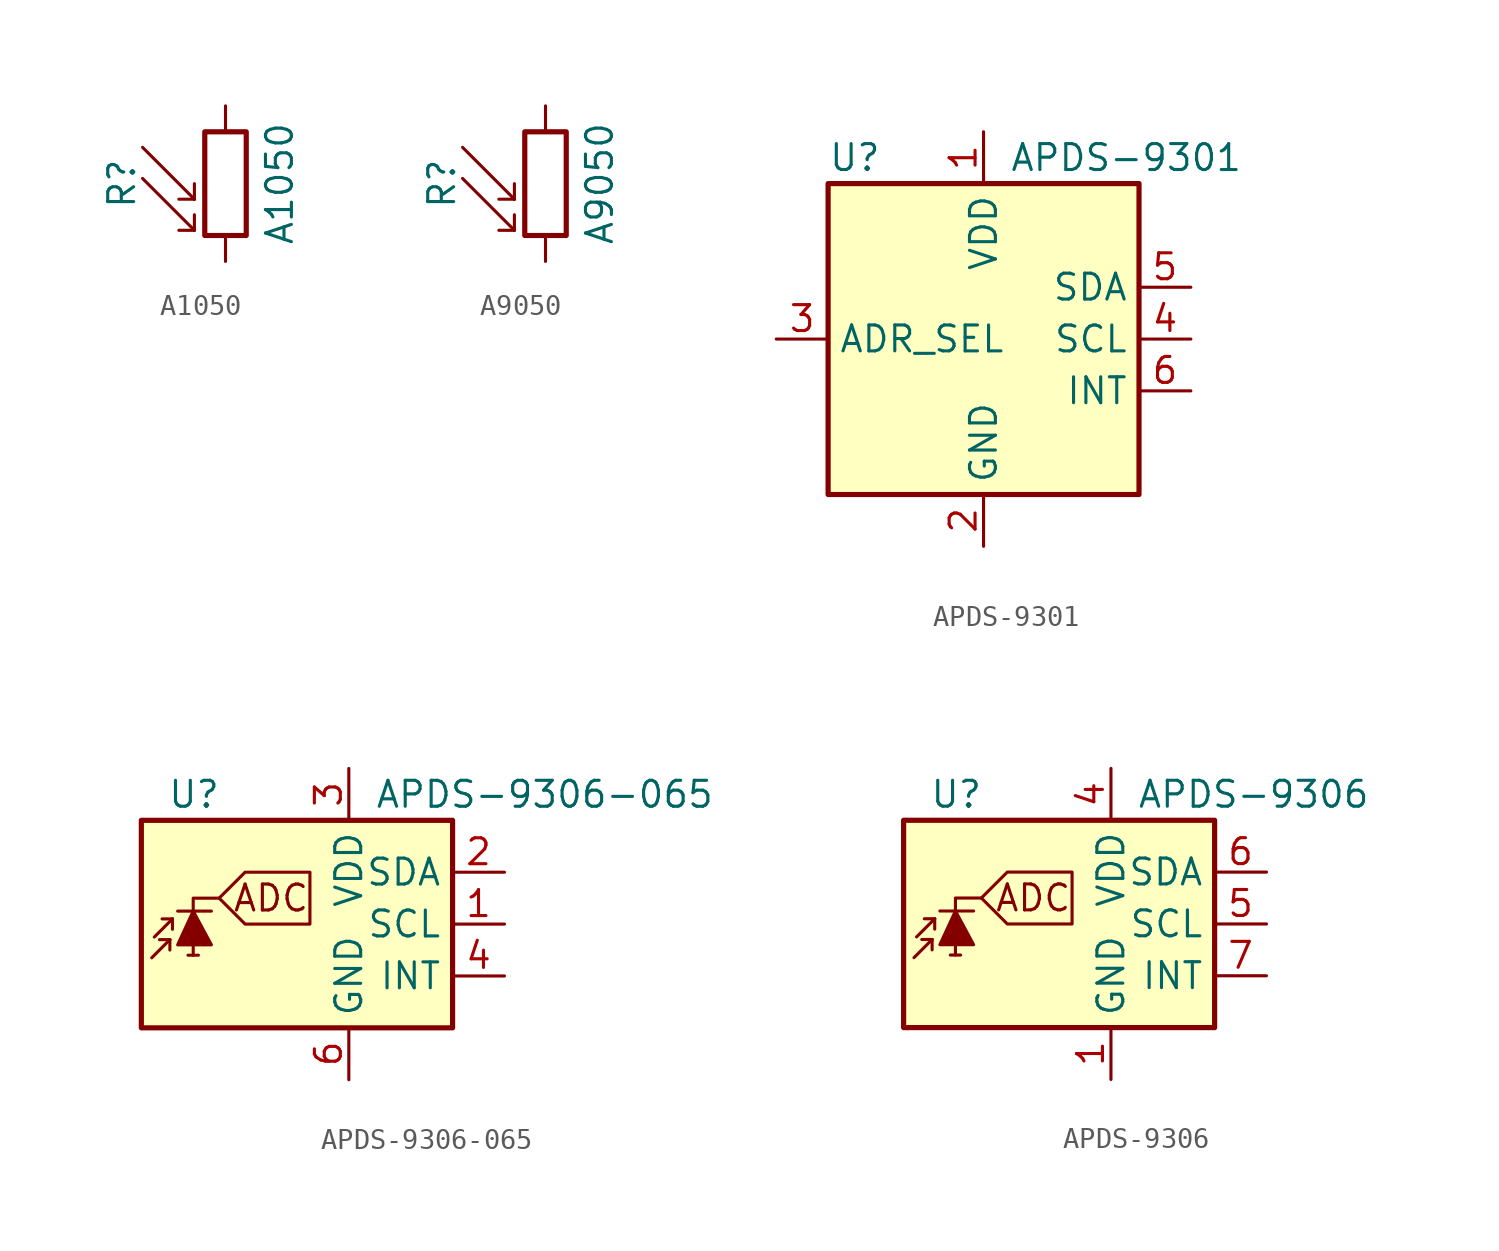
<source format=kicad_sym>
(kicad_symbol_lib
  (version 20211014)
  (generator kicad_symbol_editor)
  (symbol "Sensor_Optical:A1050"
    (pin_numbers hide)
    (pin_names
      (offset 0))
    (property "Reference" "R"
      (at -5.08 0 90)
      (effects (font (size 1.27 1.27))))
    (property "Value" "A1050"
      (at 1.905 0 90)
      (effects (font (size 1.27 1.27)) (justify top)))
    (symbol "A1050_0_1"
      (rectangle (start -1.016 2.54) (end 1.016 -2.54) (stroke (width 0.254) (type default) (color 0 0 0 0)) (fill (type none)))
      (polyline (pts (xy -1.524 -2.286) (xy -4.064 0.254)) (stroke (width 0) (type default) (color 0 0 0 0)) (fill (type none)))
      (polyline (pts (xy -1.524 -2.286) (xy -2.286 -2.286)) (stroke (width 0) (type default) (color 0 0 0 0)) (fill (type none)))
      (polyline (pts (xy -1.524 -2.286) (xy -1.524 -1.524)) (stroke (width 0) (type default) (color 0 0 0 0)) (fill (type none)))
      (polyline (pts (xy -1.524 -0.762) (xy -4.064 1.778)) (stroke (width 0) (type default) (color 0 0 0 0)) (fill (type none)))
      (polyline (pts (xy -1.524 -0.762) (xy -2.286 -0.762)) (stroke (width 0) (type default) (color 0 0 0 0)) (fill (type none)))
      (polyline (pts (xy -1.524 -0.762) (xy -1.524 0)) (stroke (width 0) (type default) (color 0 0 0 0)) (fill (type none))))
    (symbol "A1050_1_1"
      (pin passive line (at 0 3.81 270) (length 1.27) (name "~" (effects (font (size 1.27 1.27)))) (number "1" (effects (font (size 1.27 1.27)))))
      (pin passive line (at 0 -3.81 90) (length 1.27) (name "~" (effects (font (size 1.27 1.27)))) (number "2" (effects (font (size 1.27 1.27)))))))
  (symbol "Sensor_Optical:A9050"
    (pin_numbers hide)
    (pin_names
      (offset 0))
    (property "Reference" "R"
      (at -5.08 0 90)
      (effects (font (size 1.27 1.27))))
    (property "Value" "A9050"
      (at 1.905 0 90)
      (effects (font (size 1.27 1.27)) (justify top)))
    (symbol "A9050_0_1"
      (rectangle (start -1.016 2.54) (end 1.016 -2.54) (stroke (width 0.254) (type default) (color 0 0 0 0)) (fill (type none)))
      (polyline (pts (xy -1.524 -2.286) (xy -4.064 0.254)) (stroke (width 0) (type default) (color 0 0 0 0)) (fill (type none)))
      (polyline (pts (xy -1.524 -2.286) (xy -2.286 -2.286)) (stroke (width 0) (type default) (color 0 0 0 0)) (fill (type none)))
      (polyline (pts (xy -1.524 -2.286) (xy -1.524 -1.524)) (stroke (width 0) (type default) (color 0 0 0 0)) (fill (type none)))
      (polyline (pts (xy -1.524 -0.762) (xy -4.064 1.778)) (stroke (width 0) (type default) (color 0 0 0 0)) (fill (type none)))
      (polyline (pts (xy -1.524 -0.762) (xy -2.286 -0.762)) (stroke (width 0) (type default) (color 0 0 0 0)) (fill (type none)))
      (polyline (pts (xy -1.524 -0.762) (xy -1.524 0)) (stroke (width 0) (type default) (color 0 0 0 0)) (fill (type none))))
    (symbol "A9050_1_1"
      (pin passive line (at 0 3.81 270) (length 1.27) (name "~" (effects (font (size 1.27 1.27)))) (number "1" (effects (font (size 1.27 1.27)))))
      (pin passive line (at 0 -3.81 90) (length 1.27) (name "~" (effects (font (size 1.27 1.27)))) (number "2" (effects (font (size 1.27 1.27)))))))
  (symbol "Sensor_Optical:APDS-9301"
    (property "Reference" "U"
      (at -7.62 8.89 0)
      (effects (font (size 1.27 1.27)) (justify left)))
    (property "Value" "APDS-9301"
      (at 1.27 8.89 0)
      (effects (font (size 1.27 1.27)) (justify left)))
    (symbol "APDS-9301_0_1"
      (rectangle (start -7.62 7.62) (end 7.62 -7.62) (stroke (width 0.254) (type default) (color 0 0 0 0)) (fill (type background))))
    (symbol "APDS-9301_1_1"
      (pin power_in line (at 0 10.16 270) (length 2.54) (name "VDD" (effects (font (size 1.27 1.27)))) (number "1" (effects (font (size 1.27 1.27)))))
      (pin power_in line (at 0 -10.16 90) (length 2.54) (name "GND" (effects (font (size 1.27 1.27)))) (number "2" (effects (font (size 1.27 1.27)))))
      (pin input line (at -10.16 0 0) (length 2.54) (name "ADR_SEL" (effects (font (size 1.27 1.27)))) (number "3" (effects (font (size 1.27 1.27)))))
      (pin input line (at 10.16 0 180) (length 2.54) (name "SCL" (effects (font (size 1.27 1.27)))) (number "4" (effects (font (size 1.27 1.27)))))
      (pin bidirectional line (at 10.16 2.54 180) (length 2.54) (name "SDA" (effects (font (size 1.27 1.27)))) (number "5" (effects (font (size 1.27 1.27)))))
      (pin open_collector line (at 10.16 -2.54 180) (length 2.54) (name "INT" (effects (font (size 1.27 1.27)))) (number "6" (effects (font (size 1.27 1.27)))))))
  (symbol "Sensor_Optical:APDS-9306-065"
    (property "Reference" "U"
      (at -6.35 6.35 0)
      (effects (font (size 1.27 1.27)) (justify left)))
    (property "Value" "APDS-9306-065"
      (at 3.81 6.35 0)
      (effects (font (size 1.27 1.27)) (justify left)))
    (symbol "APDS-9306-065_0_0"
      (polyline (pts (xy -3.81 1.27) (xy -2.54 2.54) (xy 0.635 2.54) (xy 0.635 0) (xy -2.54 0) (xy -3.81 1.27)) (stroke (width 0) (type default) (color 0 0 0 0)) (fill (type none)))
      (text "ADC" (at -1.27 1.27 0) (effects (font (size 1.27 1.27)))))
    (symbol "APDS-9306-065_0_1"
      (rectangle (start -7.62 5.08) (end 7.62 -5.08) (stroke (width 0.254) (type default) (color 0 0 0 0)) (fill (type background))))
    (symbol "APDS-9306-065_1_0"
      (polyline (pts (xy -5.08 -1.524) (xy -5.08 1.27) (xy -3.81 1.27)) (stroke (width 0) (type default) (color 0 0 0 0)) (fill (type none))))
    (symbol "APDS-9306-065_1_1"
      (polyline (pts (xy -6.223 -0.762) (xy -7.112 -1.651)) (stroke (width 0) (type default) (color 0 0 0 0)) (fill (type none)))
      (polyline (pts (xy -6.223 -0.762) (xy -6.731 -0.762)) (stroke (width 0) (type default) (color 0 0 0 0)) (fill (type none)))
      (polyline (pts (xy -6.223 -0.762) (xy -6.223 -1.27)) (stroke (width 0) (type default) (color 0 0 0 0)) (fill (type none)))
      (polyline (pts (xy -6.096 0.254) (xy -6.985 -0.635)) (stroke (width 0) (type default) (color 0 0 0 0)) (fill (type none)))
      (polyline (pts (xy -6.096 0.254) (xy -6.604 0.254)) (stroke (width 0) (type default) (color 0 0 0 0)) (fill (type none)))
      (polyline (pts (xy -6.096 0.254) (xy -6.096 -0.254)) (stroke (width 0) (type default) (color 0 0 0 0)) (fill (type none)))
      (polyline (pts (xy -5.842 0.635) (xy -4.191 0.635)) (stroke (width 0) (type default) (color 0 0 0 0)) (fill (type none)))
      (polyline (pts (xy -4.826 -1.524) (xy -5.334 -1.524)) (stroke (width 0) (type default) (color 0 0 0 0)) (fill (type none)))
      (polyline (pts (xy -5.842 -1.016) (xy -4.191 -1.016) (xy -5.08 0.635) (xy -5.842 -1.016)) (stroke (width 0) (type default) (color 0 0 0 0)) (fill (type outline)))
      (pin input line (at 10.16 0 180) (length 2.54) (name "SCL" (effects (font (size 1.27 1.27)))) (number "1" (effects (font (size 1.27 1.27)))))
      (pin bidirectional line (at 10.16 2.54 180) (length 2.54) (name "SDA" (effects (font (size 1.27 1.27)))) (number "2" (effects (font (size 1.27 1.27)))))
      (pin power_in line (at 2.54 7.62 270) (length 2.54) (name "VDD" (effects (font (size 1.27 1.27)))) (number "3" (effects (font (size 1.27 1.27)))))
      (pin open_collector line (at 10.16 -2.54 180) (length 2.54) (name "INT" (effects (font (size 1.27 1.27)))) (number "4" (effects (font (size 1.27 1.27)))))
      (pin no_connect line (at -7.62 2.54 0) (length 2.54) hide (name "NC" (effects (font (size 1.27 1.27)))) (number "5" (effects (font (size 1.27 1.27)))))
      (pin power_in line (at 2.54 -7.62 90) (length 2.54) (name "GND" (effects (font (size 1.27 1.27)))) (number "6" (effects (font (size 1.27 1.27)))))))
  (symbol "Sensor_Optical:APDS-9306"
    (property "Reference" "U"
      (at -6.35 6.35 0)
      (effects (font (size 1.27 1.27)) (justify left)))
    (property "Value" "APDS-9306"
      (at 3.81 6.35 0)
      (effects (font (size 1.27 1.27)) (justify left)))
    (symbol "APDS-9306_0_0"
      (polyline (pts (xy -3.81 1.27) (xy -2.54 2.54) (xy 0.635 2.54) (xy 0.635 0) (xy -2.54 0) (xy -3.81 1.27)) (stroke (width 0) (type default) (color 0 0 0 0)) (fill (type none)))
      (text "ADC" (at -1.27 1.27 0) (effects (font (size 1.27 1.27)))))
    (symbol "APDS-9306_0_1"
      (rectangle (start -7.62 5.08) (end 7.62 -5.08) (stroke (width 0.254) (type default) (color 0 0 0 0)) (fill (type background))))
    (symbol "APDS-9306_1_0"
      (polyline (pts (xy -5.08 -1.524) (xy -5.08 1.27) (xy -3.81 1.27)) (stroke (width 0) (type default) (color 0 0 0 0)) (fill (type none))))
    (symbol "APDS-9306_1_1"
      (polyline (pts (xy -6.223 -0.762) (xy -7.112 -1.651)) (stroke (width 0) (type default) (color 0 0 0 0)) (fill (type none)))
      (polyline (pts (xy -6.223 -0.762) (xy -6.731 -0.762)) (stroke (width 0) (type default) (color 0 0 0 0)) (fill (type none)))
      (polyline (pts (xy -6.223 -0.762) (xy -6.223 -1.27)) (stroke (width 0) (type default) (color 0 0 0 0)) (fill (type none)))
      (polyline (pts (xy -6.096 0.254) (xy -6.985 -0.635)) (stroke (width 0) (type default) (color 0 0 0 0)) (fill (type none)))
      (polyline (pts (xy -6.096 0.254) (xy -6.604 0.254)) (stroke (width 0) (type default) (color 0 0 0 0)) (fill (type none)))
      (polyline (pts (xy -6.096 0.254) (xy -6.096 -0.254)) (stroke (width 0) (type default) (color 0 0 0 0)) (fill (type none)))
      (polyline (pts (xy -5.842 0.635) (xy -4.191 0.635)) (stroke (width 0) (type default) (color 0 0 0 0)) (fill (type none)))
      (polyline (pts (xy -4.826 -1.524) (xy -5.334 -1.524)) (stroke (width 0) (type default) (color 0 0 0 0)) (fill (type none)))
      (polyline (pts (xy -5.842 -1.016) (xy -4.191 -1.016) (xy -5.08 0.635) (xy -5.842 -1.016)) (stroke (width 0) (type default) (color 0 0 0 0)) (fill (type outline)))
      (pin power_in line (at 2.54 -7.62 90) (length 2.54) (name "GND" (effects (font (size 1.27 1.27)))) (number "1" (effects (font (size 1.27 1.27)))))
      (pin no_connect line (at -7.62 -5.08 0) (length 2.54) hide (name "NC" (effects (font (size 1.27 1.27)))) (number "2" (effects (font (size 1.27 1.27)))))
      (pin no_connect line (at -7.62 5.08 0) (length 2.54) hide (name "NC" (effects (font (size 1.27 1.27)))) (number "3" (effects (font (size 1.27 1.27)))))
      (pin power_in line (at 2.54 7.62 270) (length 2.54) (name "VDD" (effects (font (size 1.27 1.27)))) (number "4" (effects (font (size 1.27 1.27)))))
      (pin input line (at 10.16 0 180) (length 2.54) (name "SCL" (effects (font (size 1.27 1.27)))) (number "5" (effects (font (size 1.27 1.27)))))
      (pin bidirectional line (at 10.16 2.54 180) (length 2.54) (name "SDA" (effects (font (size 1.27 1.27)))) (number "6" (effects (font (size 1.27 1.27)))))
      (pin open_collector line (at 10.16 -2.54 180) (length 2.54) (name "INT" (effects (font (size 1.27 1.27)))) (number "7" (effects (font (size 1.27 1.27)))))
      (pin no_connect line (at -7.62 2.54 0) (length 2.54) hide (name "NC" (effects (font (size 1.27 1.27)))) (number "8" (effects (font (size 1.27 1.27))))))))
</source>
